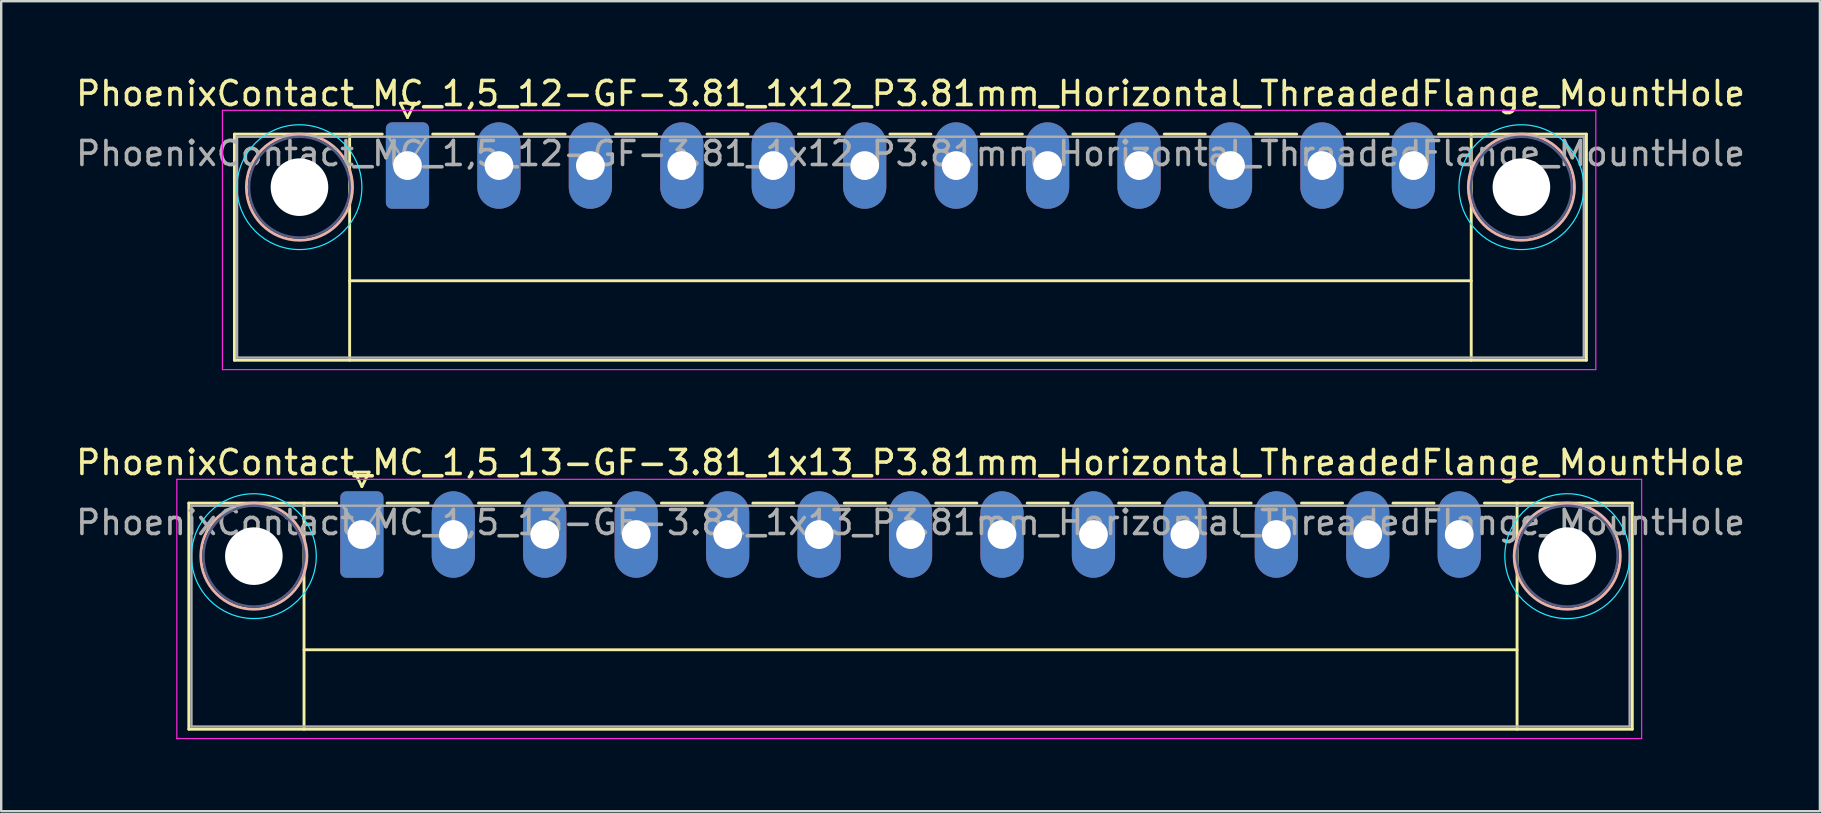
<source format=kicad_pcb>
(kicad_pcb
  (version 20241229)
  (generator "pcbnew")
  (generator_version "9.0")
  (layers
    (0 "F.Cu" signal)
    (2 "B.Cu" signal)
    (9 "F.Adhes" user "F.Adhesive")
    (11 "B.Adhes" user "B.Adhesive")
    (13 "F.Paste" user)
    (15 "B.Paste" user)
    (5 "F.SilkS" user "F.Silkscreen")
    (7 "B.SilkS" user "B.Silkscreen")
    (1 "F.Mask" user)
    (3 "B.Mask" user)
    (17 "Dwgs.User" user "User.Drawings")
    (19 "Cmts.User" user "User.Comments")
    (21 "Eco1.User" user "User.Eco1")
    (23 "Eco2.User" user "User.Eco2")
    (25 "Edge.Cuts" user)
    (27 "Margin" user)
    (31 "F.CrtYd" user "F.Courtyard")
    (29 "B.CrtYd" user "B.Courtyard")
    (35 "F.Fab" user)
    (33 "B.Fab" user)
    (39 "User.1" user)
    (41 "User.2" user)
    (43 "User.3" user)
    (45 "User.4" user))
  (footprint "PhoenixContact_MC_1,5_12-GF-3.81_1x12_P3.81mm_Horizontal_ThreadedFlange_MountHole"
    (layer "F.Cu")
    (at 13.927 3.848)
    (property "Reference" "PhoenixContact_MC_1,5_12-GF-3.81_1x12_P3.81mm_Horizontal_ThreadedFlange_MountHole" (at 20.96 -3 0) (layer "F.SilkS") (effects (font (size 1 1) (thickness 0.15))))
    (attr through_hole)
    (fp_line (start -7.21 -1.31) (end -7.21 8.11) (stroke (width 0.12) (type solid)) (layer "F.SilkS"))
    (fp_line (start -7.21 -1.31) (end -1.05 -1.31) (stroke (width 0.12) (type solid)) (layer "F.SilkS"))
    (fp_line (start -7.21 8.11) (end 49.12 8.11) (stroke (width 0.12) (type solid)) (layer "F.SilkS"))
    (fp_line (start -2.41 -1.31) (end -2.41 8.11) (stroke (width 0.12) (type solid)) (layer "F.SilkS"))
    (fp_line (start -2.41 4.8) (end 44.32 4.8) (stroke (width 0.12) (type solid)) (layer "F.SilkS"))
    (fp_line (start -0.3 -2.6) (end 0.3 -2.6) (stroke (width 0.12) (type solid)) (layer "F.SilkS"))
    (fp_line (start 0 -2) (end -0.3 -2.6) (stroke (width 0.12) (type solid)) (layer "F.SilkS"))
    (fp_line (start 0.3 -2.6) (end 0 -2) (stroke (width 0.12) (type solid)) (layer "F.SilkS"))
    (fp_line (start 1.05 -1.31) (end 2.76 -1.31) (stroke (width 0.12) (type solid)) (layer "F.SilkS"))
    (fp_line (start 4.86 -1.31) (end 6.57 -1.31) (stroke (width 0.12) (type solid)) (layer "F.SilkS"))
    (fp_line (start 8.67 -1.31) (end 10.38 -1.31) (stroke (width 0.12) (type solid)) (layer "F.SilkS"))
    (fp_line (start 12.48 -1.31) (end 14.19 -1.31) (stroke (width 0.12) (type solid)) (layer "F.SilkS"))
    (fp_line (start 16.29 -1.31) (end 18 -1.31) (stroke (width 0.12) (type solid)) (layer "F.SilkS"))
    (fp_line (start 20.1 -1.31) (end 21.81 -1.31) (stroke (width 0.12) (type solid)) (layer "F.SilkS"))
    (fp_line (start 23.91 -1.31) (end 25.62 -1.31) (stroke (width 0.12) (type solid)) (layer "F.SilkS"))
    (fp_line (start 27.72 -1.31) (end 29.43 -1.31) (stroke (width 0.12) (type solid)) (layer "F.SilkS"))
    (fp_line (start 31.53 -1.31) (end 33.24 -1.31) (stroke (width 0.12) (type solid)) (layer "F.SilkS"))
    (fp_line (start 35.34 -1.31) (end 37.05 -1.31) (stroke (width 0.12) (type solid)) (layer "F.SilkS"))
    (fp_line (start 39.15 -1.31) (end 40.86 -1.31) (stroke (width 0.12) (type solid)) (layer "F.SilkS"))
    (fp_line (start 44.32 -1.31) (end 44.32 8.11) (stroke (width 0.12) (type solid)) (layer "F.SilkS"))
    (fp_line (start 49.12 -1.31) (end 42.96 -1.31) (stroke (width 0.12) (type solid)) (layer "F.SilkS"))
    (fp_line (start 49.12 8.11) (end 49.12 -1.31) (stroke (width 0.12) (type solid)) (layer "F.SilkS"))
    (fp_circle (center -4.5 0.9) (end -2.29 0.9) (stroke (width 0.12) (type solid)) (fill no) (layer "B.SilkS"))
    (fp_circle (center 46.41 0.9) (end 48.62 0.9) (stroke (width 0.12) (type solid)) (fill no) (layer "B.SilkS"))
    (fp_circle (center -4.5 0.9) (end -1.9 0.9) (stroke (width 0.05) (type solid)) (fill no) (layer "B.CrtYd"))
    (fp_circle (center 46.41 0.9) (end 49.01 0.9) (stroke (width 0.05) (type solid)) (fill no) (layer "B.CrtYd"))
    (fp_line (start -7.71 -2.3) (end -7.71 8.5) (stroke (width 0.05) (type solid)) (layer "F.CrtYd"))
    (fp_line (start -7.71 8.5) (end 49.51 8.5) (stroke (width 0.05) (type solid)) (layer "F.CrtYd"))
    (fp_line (start 49.51 -2.3) (end -7.71 -2.3) (stroke (width 0.05) (type solid)) (layer "F.CrtYd"))
    (fp_line (start 49.51 8.5) (end 49.51 -2.3) (stroke (width 0.05) (type solid)) (layer "F.CrtYd"))
    (fp_circle (center -4.5 0.9) (end -2.4 0.9) (stroke (width 0.1) (type solid)) (fill no) (layer "B.Fab"))
    (fp_circle (center 46.41 0.9) (end 48.51 0.9) (stroke (width 0.1) (type solid)) (fill no) (layer "B.Fab"))
    (fp_line (start -7.1 -1.2) (end -7.1 8) (stroke (width 0.1) (type solid)) (layer "F.Fab"))
    (fp_line (start -7.1 8) (end 49.01 8) (stroke (width 0.1) (type solid)) (layer "F.Fab"))
    (fp_line (start 0 0) (end -0.8 -1.2) (stroke (width 0.1) (type solid)) (layer "F.Fab"))
    (fp_line (start 0.8 -1.2) (end 0 0) (stroke (width 0.1) (type solid)) (layer "F.Fab"))
    (fp_line (start 49.01 -1.2) (end -7.1 -1.2) (stroke (width 0.1) (type solid)) (layer "F.Fab"))
    (fp_line (start 49.01 8) (end 49.01 -1.2) (stroke (width 0.1) (type solid)) (layer "F.Fab"))
    (fp_text user "${REFERENCE}" (at 20.96 -0.5 0) (layer "F.Fab") (effects (font (size 1 1) (thickness 0.15))))
    (pad "" np_thru_hole circle (at -4.5 0.9) (size 2.4 2.4) (drill 2.4) (layers "*.Cu" "*.Mask"))
    (pad "" np_thru_hole circle (at 46.41 0.9) (size 2.4 2.4) (drill 2.4) (layers "*.Cu" "*.Mask"))
    (pad "1" thru_hole roundrect (at 0 0) (size 1.8 3.6) (drill 1.2) (layers "*.Cu" "*.Mask") (roundrect_rratio 0.139))
    (pad "2" thru_hole oval (at 3.81 0) (size 1.8 3.6) (drill 1.2) (layers "*.Cu" "*.Mask"))
    (pad "3" thru_hole oval (at 7.62 0) (size 1.8 3.6) (drill 1.2) (layers "*.Cu" "*.Mask"))
    (pad "4" thru_hole oval (at 11.43 0) (size 1.8 3.6) (drill 1.2) (layers "*.Cu" "*.Mask"))
    (pad "5" thru_hole oval (at 15.24 0) (size 1.8 3.6) (drill 1.2) (layers "*.Cu" "*.Mask"))
    (pad "6" thru_hole oval (at 19.05 0) (size 1.8 3.6) (drill 1.2) (layers "*.Cu" "*.Mask"))
    (pad "7" thru_hole oval (at 22.86 0) (size 1.8 3.6) (drill 1.2) (layers "*.Cu" "*.Mask"))
    (pad "8" thru_hole oval (at 26.67 0) (size 1.8 3.6) (drill 1.2) (layers "*.Cu" "*.Mask"))
    (pad "9" thru_hole oval (at 30.48 0) (size 1.8 3.6) (drill 1.2) (layers "*.Cu" "*.Mask"))
    (pad "10" thru_hole oval (at 34.29 0) (size 1.8 3.6) (drill 1.2) (layers "*.Cu" "*.Mask"))
    (pad "11" thru_hole oval (at 38.1 0) (size 1.8 3.6) (drill 1.2) (layers "*.Cu" "*.Mask"))
    (pad "12" thru_hole oval (at 41.91 0) (size 1.8 3.6) (drill 1.2) (layers "*.Cu" "*.Mask")))
  (footprint "PhoenixContact_MC_1,5_13-GF-3.81_1x13_P3.81mm_Horizontal_ThreadedFlange_MountHole"
    (layer "F.Cu")
    (at 12.027 19.221)
    (property "Reference" "PhoenixContact_MC_1,5_13-GF-3.81_1x13_P3.81mm_Horizontal_ThreadedFlange_MountHole" (at 22.86 -3 0) (layer "F.SilkS") (effects (font (size 1 1) (thickness 0.15))))
    (attr through_hole)
    (fp_line (start -7.21 -1.31) (end -7.21 8.11) (stroke (width 0.12) (type solid)) (layer "F.SilkS"))
    (fp_line (start -7.21 -1.31) (end -1.05 -1.31) (stroke (width 0.12) (type solid)) (layer "F.SilkS"))
    (fp_line (start -7.21 8.11) (end 52.93 8.11) (stroke (width 0.12) (type solid)) (layer "F.SilkS"))
    (fp_line (start -2.41 -1.31) (end -2.41 8.11) (stroke (width 0.12) (type solid)) (layer "F.SilkS"))
    (fp_line (start -2.41 4.8) (end 48.13 4.8) (stroke (width 0.12) (type solid)) (layer "F.SilkS"))
    (fp_line (start -0.3 -2.6) (end 0.3 -2.6) (stroke (width 0.12) (type solid)) (layer "F.SilkS"))
    (fp_line (start 0 -2) (end -0.3 -2.6) (stroke (width 0.12) (type solid)) (layer "F.SilkS"))
    (fp_line (start 0.3 -2.6) (end 0 -2) (stroke (width 0.12) (type solid)) (layer "F.SilkS"))
    (fp_line (start 1.05 -1.31) (end 2.76 -1.31) (stroke (width 0.12) (type solid)) (layer "F.SilkS"))
    (fp_line (start 4.86 -1.31) (end 6.57 -1.31) (stroke (width 0.12) (type solid)) (layer "F.SilkS"))
    (fp_line (start 8.67 -1.31) (end 10.38 -1.31) (stroke (width 0.12) (type solid)) (layer "F.SilkS"))
    (fp_line (start 12.48 -1.31) (end 14.19 -1.31) (stroke (width 0.12) (type solid)) (layer "F.SilkS"))
    (fp_line (start 16.29 -1.31) (end 18 -1.31) (stroke (width 0.12) (type solid)) (layer "F.SilkS"))
    (fp_line (start 20.1 -1.31) (end 21.81 -1.31) (stroke (width 0.12) (type solid)) (layer "F.SilkS"))
    (fp_line (start 23.91 -1.31) (end 25.62 -1.31) (stroke (width 0.12) (type solid)) (layer "F.SilkS"))
    (fp_line (start 27.72 -1.31) (end 29.43 -1.31) (stroke (width 0.12) (type solid)) (layer "F.SilkS"))
    (fp_line (start 31.53 -1.31) (end 33.24 -1.31) (stroke (width 0.12) (type solid)) (layer "F.SilkS"))
    (fp_line (start 35.34 -1.31) (end 37.05 -1.31) (stroke (width 0.12) (type solid)) (layer "F.SilkS"))
    (fp_line (start 39.15 -1.31) (end 40.86 -1.31) (stroke (width 0.12) (type solid)) (layer "F.SilkS"))
    (fp_line (start 42.96 -1.31) (end 44.67 -1.31) (stroke (width 0.12) (type solid)) (layer "F.SilkS"))
    (fp_line (start 48.13 -1.31) (end 48.13 8.11) (stroke (width 0.12) (type solid)) (layer "F.SilkS"))
    (fp_line (start 52.93 -1.31) (end 46.77 -1.31) (stroke (width 0.12) (type solid)) (layer "F.SilkS"))
    (fp_line (start 52.93 8.11) (end 52.93 -1.31) (stroke (width 0.12) (type solid)) (layer "F.SilkS"))
    (fp_circle (center -4.5 0.9) (end -2.29 0.9) (stroke (width 0.12) (type solid)) (fill no) (layer "B.SilkS"))
    (fp_circle (center 50.22 0.9) (end 52.43 0.9) (stroke (width 0.12) (type solid)) (fill no) (layer "B.SilkS"))
    (fp_circle (center -4.5 0.9) (end -1.9 0.9) (stroke (width 0.05) (type solid)) (fill no) (layer "B.CrtYd"))
    (fp_circle (center 50.22 0.9) (end 52.82 0.9) (stroke (width 0.05) (type solid)) (fill no) (layer "B.CrtYd"))
    (fp_line (start -7.71 -2.3) (end -7.71 8.5) (stroke (width 0.05) (type solid)) (layer "F.CrtYd"))
    (fp_line (start -7.71 8.5) (end 53.32 8.5) (stroke (width 0.05) (type solid)) (layer "F.CrtYd"))
    (fp_line (start 53.32 -2.3) (end -7.71 -2.3) (stroke (width 0.05) (type solid)) (layer "F.CrtYd"))
    (fp_line (start 53.32 8.5) (end 53.32 -2.3) (stroke (width 0.05) (type solid)) (layer "F.CrtYd"))
    (fp_circle (center -4.5 0.9) (end -2.4 0.9) (stroke (width 0.1) (type solid)) (fill no) (layer "B.Fab"))
    (fp_circle (center 50.22 0.9) (end 52.32 0.9) (stroke (width 0.1) (type solid)) (fill no) (layer "B.Fab"))
    (fp_line (start -7.1 -1.2) (end -7.1 8) (stroke (width 0.1) (type solid)) (layer "F.Fab"))
    (fp_line (start -7.1 8) (end 52.82 8) (stroke (width 0.1) (type solid)) (layer "F.Fab"))
    (fp_line (start 0 0) (end -0.8 -1.2) (stroke (width 0.1) (type solid)) (layer "F.Fab"))
    (fp_line (start 0.8 -1.2) (end 0 0) (stroke (width 0.1) (type solid)) (layer "F.Fab"))
    (fp_line (start 52.82 -1.2) (end -7.1 -1.2) (stroke (width 0.1) (type solid)) (layer "F.Fab"))
    (fp_line (start 52.82 8) (end 52.82 -1.2) (stroke (width 0.1) (type solid)) (layer "F.Fab"))
    (fp_text user "${REFERENCE}" (at 22.86 -0.5 0) (layer "F.Fab") (effects (font (size 1 1) (thickness 0.15))))
    (pad "" np_thru_hole circle (at -4.5 0.9) (size 2.4 2.4) (drill 2.4) (layers "*.Cu" "*.Mask"))
    (pad "" np_thru_hole circle (at 50.22 0.9) (size 2.4 2.4) (drill 2.4) (layers "*.Cu" "*.Mask"))
    (pad "1" thru_hole roundrect (at 0 0) (size 1.8 3.6) (drill 1.2) (layers "*.Cu" "*.Mask") (roundrect_rratio 0.139))
    (pad "2" thru_hole oval (at 3.81 0) (size 1.8 3.6) (drill 1.2) (layers "*.Cu" "*.Mask"))
    (pad "3" thru_hole oval (at 7.62 0) (size 1.8 3.6) (drill 1.2) (layers "*.Cu" "*.Mask"))
    (pad "4" thru_hole oval (at 11.43 0) (size 1.8 3.6) (drill 1.2) (layers "*.Cu" "*.Mask"))
    (pad "5" thru_hole oval (at 15.24 0) (size 1.8 3.6) (drill 1.2) (layers "*.Cu" "*.Mask"))
    (pad "6" thru_hole oval (at 19.05 0) (size 1.8 3.6) (drill 1.2) (layers "*.Cu" "*.Mask"))
    (pad "7" thru_hole oval (at 22.86 0) (size 1.8 3.6) (drill 1.2) (layers "*.Cu" "*.Mask"))
    (pad "8" thru_hole oval (at 26.67 0) (size 1.8 3.6) (drill 1.2) (layers "*.Cu" "*.Mask"))
    (pad "9" thru_hole oval (at 30.48 0) (size 1.8 3.6) (drill 1.2) (layers "*.Cu" "*.Mask"))
    (pad "10" thru_hole oval (at 34.29 0) (size 1.8 3.6) (drill 1.2) (layers "*.Cu" "*.Mask"))
    (pad "11" thru_hole oval (at 38.1 0) (size 1.8 3.6) (drill 1.2) (layers "*.Cu" "*.Mask"))
    (pad "12" thru_hole oval (at 41.91 0) (size 1.8 3.6) (drill 1.2) (layers "*.Cu" "*.Mask"))
    (pad "13" thru_hole oval (at 45.72 0) (size 1.8 3.6) (drill 1.2) (layers "*.Cu" "*.Mask")))
  (gr_rect
    (start -3 -3)
    (end 72.774 30.747)
    (stroke (width 0.1) (type default))
    (fill no)
    (layer "Edge.Cuts")))
</source>
